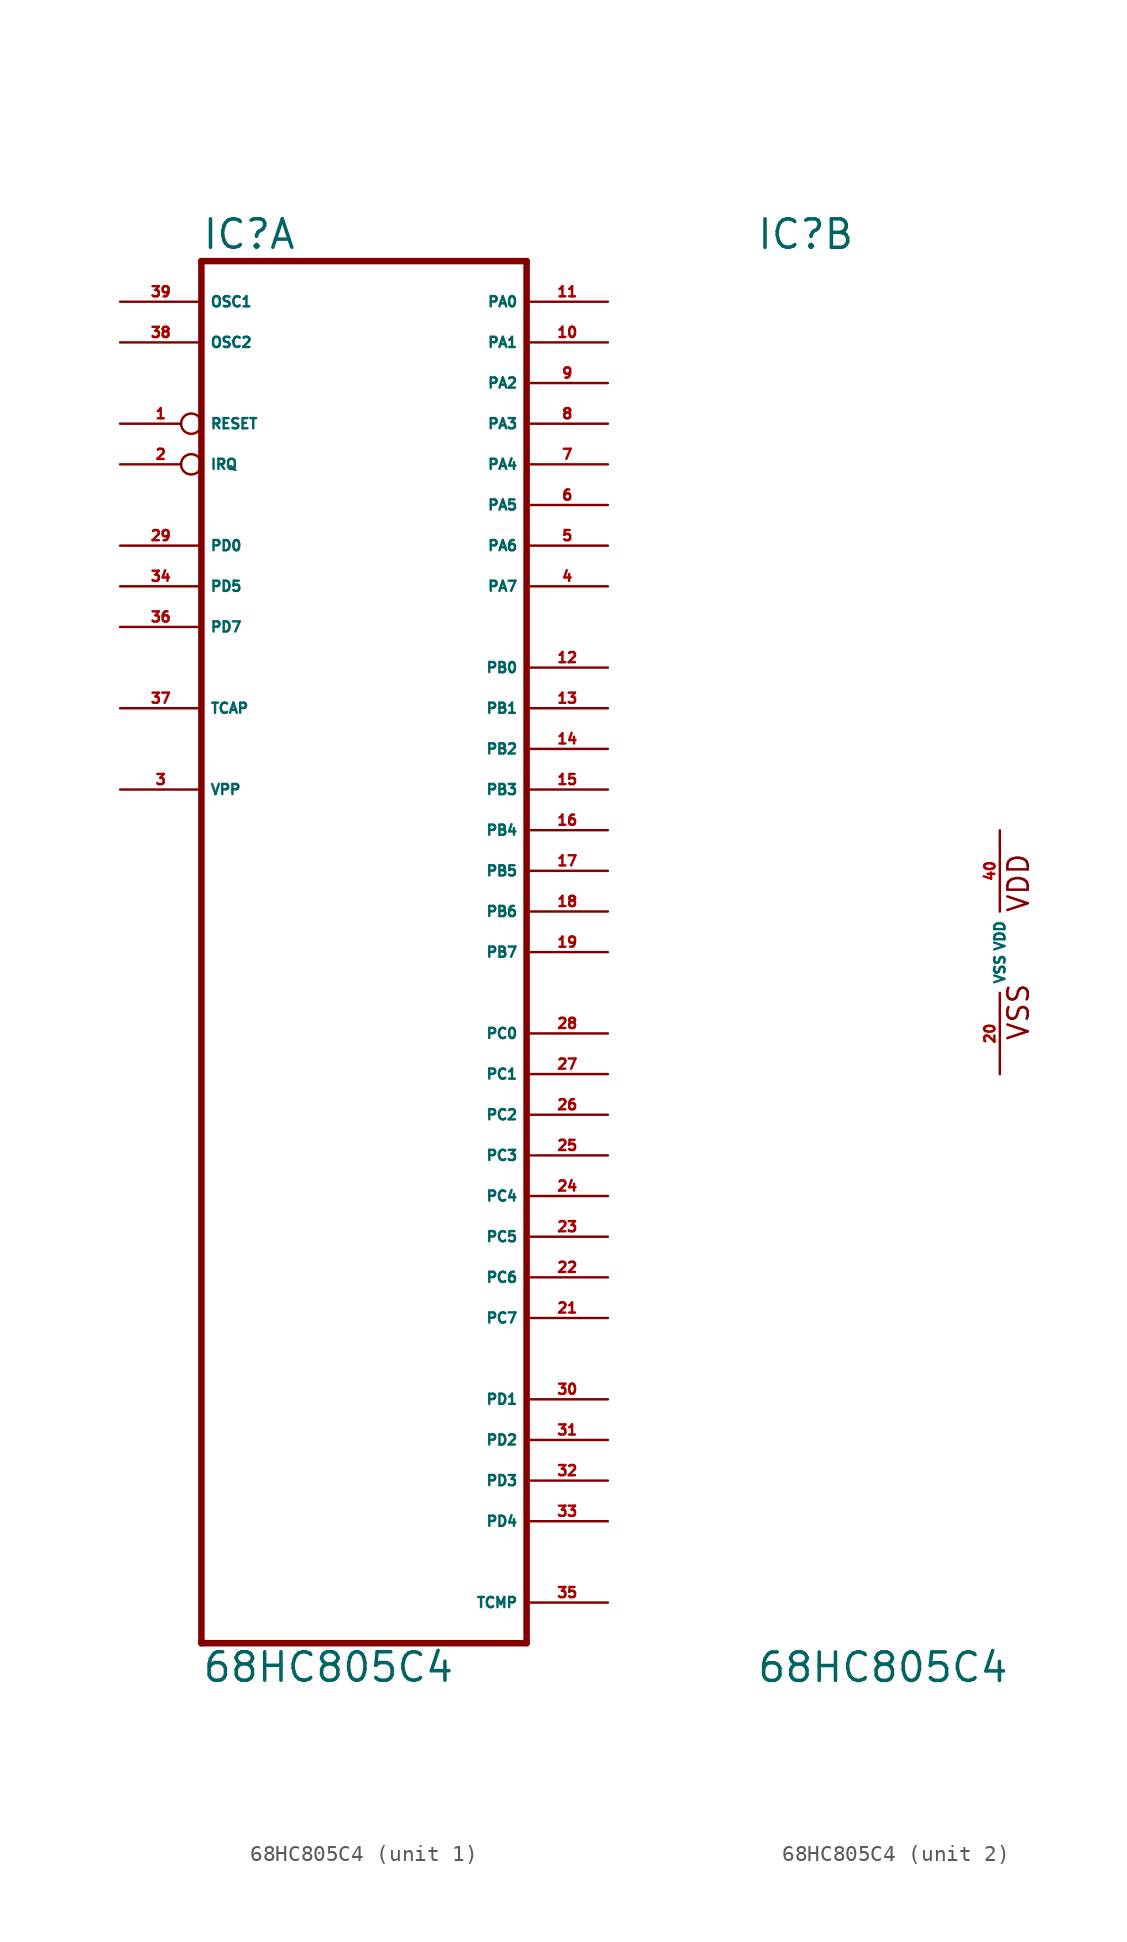
<source format=kicad_sym>
(kicad_symbol_lib
  (version 20220914)
  (generator Eagle2Kicad)
  (symbol "68HC805C4"
    (property "Reference" "IC"
      (at -15.24 43.815 0)
      (effects (font (size 1.778 1.778) (thickness 0.22)) (justify left bottom)))
    (property "Value" "68HC805C4"
      (at -15.24 -45.72 0)
      (effects (font (size 1.778 1.778) (thickness 0.22)) (justify left bottom)))
    (symbol "68HC805C4_1_0"
      (polyline (pts (xy -15.24 -43.18) (xy 5.08 -43.18)) (stroke (width 0.406) (type default)) (fill (type none)))
      (polyline (pts (xy 5.08 -43.18) (xy 5.08 43.18)) (stroke (width 0.406) (type default)) (fill (type none)))
      (polyline (pts (xy 5.08 43.18) (xy -15.24 43.18)) (stroke (width 0.406) (type default)) (fill (type none)))
      (polyline (pts (xy -15.24 43.18) (xy -15.24 -43.18)) (stroke (width 0.406) (type default)) (fill (type none)))
      (pin bidirectional inverted (at -20.32 33.02 0) (length 5.08) (name "RESET" (effects (font (size 0.635 0.635) (thickness 0.08)) (justify left bottom))) (number "1" (effects (font (size 0.635 0.635) (thickness 0.08)) (justify left bottom))))
      (pin input inverted (at -20.32 30.48 0) (length 5.08) (name "IRQ" (effects (font (size 0.635 0.635) (thickness 0.08)) (justify left bottom))) (number "2" (effects (font (size 0.635 0.635) (thickness 0.08)) (justify left bottom))))
      (pin input line (at -20.32 10.16 0) (length 5.08) (name "VPP" (effects (font (size 0.635 0.635) (thickness 0.08)) (justify left bottom))) (number "3" (effects (font (size 0.635 0.635) (thickness 0.08)) (justify left bottom))))
      (pin bidirectional line (at 10.16 22.86 180) (length 5.08) (name "PA7" (effects (font (size 0.635 0.635) (thickness 0.08)) (justify left bottom))) (number "4" (effects (font (size 0.635 0.635) (thickness 0.08)) (justify left bottom))))
      (pin bidirectional line (at 10.16 25.4 180) (length 5.08) (name "PA6" (effects (font (size 0.635 0.635) (thickness 0.08)) (justify left bottom))) (number "5" (effects (font (size 0.635 0.635) (thickness 0.08)) (justify left bottom))))
      (pin bidirectional line (at 10.16 27.94 180) (length 5.08) (name "PA5" (effects (font (size 0.635 0.635) (thickness 0.08)) (justify left bottom))) (number "6" (effects (font (size 0.635 0.635) (thickness 0.08)) (justify left bottom))))
      (pin bidirectional line (at 10.16 30.48 180) (length 5.08) (name "PA4" (effects (font (size 0.635 0.635) (thickness 0.08)) (justify left bottom))) (number "7" (effects (font (size 0.635 0.635) (thickness 0.08)) (justify left bottom))))
      (pin bidirectional line (at 10.16 33.02 180) (length 5.08) (name "PA3" (effects (font (size 0.635 0.635) (thickness 0.08)) (justify left bottom))) (number "8" (effects (font (size 0.635 0.635) (thickness 0.08)) (justify left bottom))))
      (pin bidirectional line (at 10.16 35.56 180) (length 5.08) (name "PA2" (effects (font (size 0.635 0.635) (thickness 0.08)) (justify left bottom))) (number "9" (effects (font (size 0.635 0.635) (thickness 0.08)) (justify left bottom))))
      (pin bidirectional line (at 10.16 38.1 180) (length 5.08) (name "PA1" (effects (font (size 0.635 0.635) (thickness 0.08)) (justify left bottom))) (number "10" (effects (font (size 0.635 0.635) (thickness 0.08)) (justify left bottom))))
      (pin bidirectional line (at 10.16 40.64 180) (length 5.08) (name "PA0" (effects (font (size 0.635 0.635) (thickness 0.08)) (justify left bottom))) (number "11" (effects (font (size 0.635 0.635) (thickness 0.08)) (justify left bottom))))
      (pin bidirectional line (at 10.16 17.78 180) (length 5.08) (name "PB0" (effects (font (size 0.635 0.635) (thickness 0.08)) (justify left bottom))) (number "12" (effects (font (size 0.635 0.635) (thickness 0.08)) (justify left bottom))))
      (pin bidirectional line (at 10.16 15.24 180) (length 5.08) (name "PB1" (effects (font (size 0.635 0.635) (thickness 0.08)) (justify left bottom))) (number "13" (effects (font (size 0.635 0.635) (thickness 0.08)) (justify left bottom))))
      (pin bidirectional line (at 10.16 12.7 180) (length 5.08) (name "PB2" (effects (font (size 0.635 0.635) (thickness 0.08)) (justify left bottom))) (number "14" (effects (font (size 0.635 0.635) (thickness 0.08)) (justify left bottom))))
      (pin bidirectional line (at 10.16 10.16 180) (length 5.08) (name "PB3" (effects (font (size 0.635 0.635) (thickness 0.08)) (justify left bottom))) (number "15" (effects (font (size 0.635 0.635) (thickness 0.08)) (justify left bottom))))
      (pin bidirectional line (at 10.16 7.62 180) (length 5.08) (name "PB4" (effects (font (size 0.635 0.635) (thickness 0.08)) (justify left bottom))) (number "16" (effects (font (size 0.635 0.635) (thickness 0.08)) (justify left bottom))))
      (pin bidirectional line (at 10.16 5.08 180) (length 5.08) (name "PB5" (effects (font (size 0.635 0.635) (thickness 0.08)) (justify left bottom))) (number "17" (effects (font (size 0.635 0.635) (thickness 0.08)) (justify left bottom))))
      (pin bidirectional line (at 10.16 2.54 180) (length 5.08) (name "PB6" (effects (font (size 0.635 0.635) (thickness 0.08)) (justify left bottom))) (number "18" (effects (font (size 0.635 0.635) (thickness 0.08)) (justify left bottom))))
      (pin bidirectional line (at 10.16 0 180) (length 5.08) (name "PB7" (effects (font (size 0.635 0.635) (thickness 0.08)) (justify left bottom))) (number "19" (effects (font (size 0.635 0.635) (thickness 0.08)) (justify left bottom))))
      (pin bidirectional line (at 10.16 -22.86 180) (length 5.08) (name "PC7" (effects (font (size 0.635 0.635) (thickness 0.08)) (justify left bottom))) (number "21" (effects (font (size 0.635 0.635) (thickness 0.08)) (justify left bottom))))
      (pin bidirectional line (at 10.16 -20.32 180) (length 5.08) (name "PC6" (effects (font (size 0.635 0.635) (thickness 0.08)) (justify left bottom))) (number "22" (effects (font (size 0.635 0.635) (thickness 0.08)) (justify left bottom))))
      (pin bidirectional line (at 10.16 -17.78 180) (length 5.08) (name "PC5" (effects (font (size 0.635 0.635) (thickness 0.08)) (justify left bottom))) (number "23" (effects (font (size 0.635 0.635) (thickness 0.08)) (justify left bottom))))
      (pin bidirectional line (at 10.16 -15.24 180) (length 5.08) (name "PC4" (effects (font (size 0.635 0.635) (thickness 0.08)) (justify left bottom))) (number "24" (effects (font (size 0.635 0.635) (thickness 0.08)) (justify left bottom))))
      (pin bidirectional line (at 10.16 -12.7 180) (length 5.08) (name "PC3" (effects (font (size 0.635 0.635) (thickness 0.08)) (justify left bottom))) (number "25" (effects (font (size 0.635 0.635) (thickness 0.08)) (justify left bottom))))
      (pin bidirectional line (at 10.16 -10.16 180) (length 5.08) (name "PC2" (effects (font (size 0.635 0.635) (thickness 0.08)) (justify left bottom))) (number "26" (effects (font (size 0.635 0.635) (thickness 0.08)) (justify left bottom))))
      (pin bidirectional line (at 10.16 -7.62 180) (length 5.08) (name "PC1" (effects (font (size 0.635 0.635) (thickness 0.08)) (justify left bottom))) (number "27" (effects (font (size 0.635 0.635) (thickness 0.08)) (justify left bottom))))
      (pin bidirectional line (at 10.16 -5.08 180) (length 5.08) (name "PC0" (effects (font (size 0.635 0.635) (thickness 0.08)) (justify left bottom))) (number "28" (effects (font (size 0.635 0.635) (thickness 0.08)) (justify left bottom))))
      (pin input line (at -20.32 25.4 0) (length 5.08) (name "PD0" (effects (font (size 0.635 0.635) (thickness 0.08)) (justify left bottom))) (number "29" (effects (font (size 0.635 0.635) (thickness 0.08)) (justify left bottom))))
      (pin bidirectional line (at 10.16 -27.94 180) (length 5.08) (name "PD1" (effects (font (size 0.635 0.635) (thickness 0.08)) (justify left bottom))) (number "30" (effects (font (size 0.635 0.635) (thickness 0.08)) (justify left bottom))))
      (pin bidirectional line (at 10.16 -30.48 180) (length 5.08) (name "PD2" (effects (font (size 0.635 0.635) (thickness 0.08)) (justify left bottom))) (number "31" (effects (font (size 0.635 0.635) (thickness 0.08)) (justify left bottom))))
      (pin bidirectional line (at 10.16 -33.02 180) (length 5.08) (name "PD3" (effects (font (size 0.635 0.635) (thickness 0.08)) (justify left bottom))) (number "32" (effects (font (size 0.635 0.635) (thickness 0.08)) (justify left bottom))))
      (pin bidirectional line (at 10.16 -35.56 180) (length 5.08) (name "PD4" (effects (font (size 0.635 0.635) (thickness 0.08)) (justify left bottom))) (number "33" (effects (font (size 0.635 0.635) (thickness 0.08)) (justify left bottom))))
      (pin input line (at -20.32 22.86 0) (length 5.08) (name "PD5" (effects (font (size 0.635 0.635) (thickness 0.08)) (justify left bottom))) (number "34" (effects (font (size 0.635 0.635) (thickness 0.08)) (justify left bottom))))
      (pin output line (at 10.16 -40.64 180) (length 5.08) (name "TCMP" (effects (font (size 0.635 0.635) (thickness 0.08)) (justify left bottom))) (number "35" (effects (font (size 0.635 0.635) (thickness 0.08)) (justify left bottom))))
      (pin input line (at -20.32 20.32 0) (length 5.08) (name "PD7" (effects (font (size 0.635 0.635) (thickness 0.08)) (justify left bottom))) (number "36" (effects (font (size 0.635 0.635) (thickness 0.08)) (justify left bottom))))
      (pin input line (at -20.32 15.24 0) (length 5.08) (name "TCAP" (effects (font (size 0.635 0.635) (thickness 0.08)) (justify left bottom))) (number "37" (effects (font (size 0.635 0.635) (thickness 0.08)) (justify left bottom))))
      (pin passive line (at -20.32 38.1 0) (length 5.08) (name "OSC2" (effects (font (size 0.635 0.635) (thickness 0.08)) (justify left bottom))) (number "38" (effects (font (size 0.635 0.635) (thickness 0.08)) (justify left bottom))))
      (pin input line (at -20.32 40.64 0) (length 5.08) (name "OSC1" (effects (font (size 0.635 0.635) (thickness 0.08)) (justify left bottom))) (number "39" (effects (font (size 0.635 0.635) (thickness 0.08)) (justify left bottom)))))
    (symbol "68HC805C4_2_0"
      (text "VSS" (at 1.905 -5.588 900) (effects (font (size 1.27 1.27) (thickness 0.16)) (justify left bottom)))
      (text "VDD" (at 1.905 2.413 900) (effects (font (size 1.27 1.27) (thickness 0.16)) (justify left bottom)))
      (pin unspecified line (at 0 -7.62 90) (length 5.08) (name "VSS" (effects (font (size 0.635 0.635) (thickness 0.08)) (justify left bottom))) (number "20" (effects (font (size 0.635 0.635) (thickness 0.08)) (justify left bottom))))
      (pin unspecified line (at 0 7.62 270) (length 5.08) (name "VDD" (effects (font (size 0.635 0.635) (thickness 0.08)) (justify left bottom))) (number "40" (effects (font (size 0.635 0.635) (thickness 0.08)) (justify left bottom)))))))
</source>
